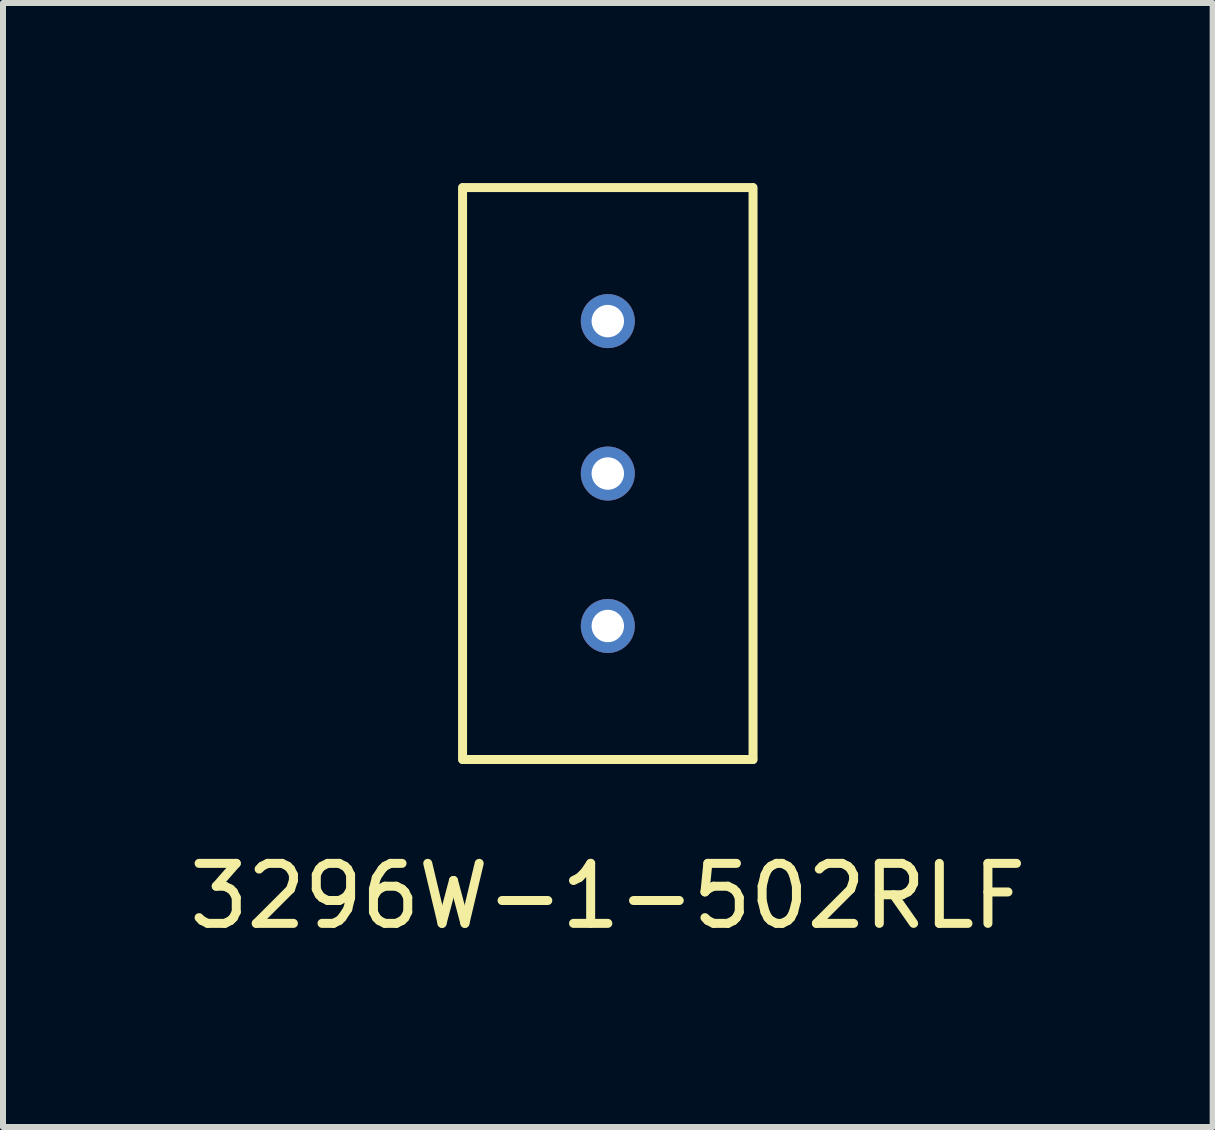
<source format=kicad_pcb>
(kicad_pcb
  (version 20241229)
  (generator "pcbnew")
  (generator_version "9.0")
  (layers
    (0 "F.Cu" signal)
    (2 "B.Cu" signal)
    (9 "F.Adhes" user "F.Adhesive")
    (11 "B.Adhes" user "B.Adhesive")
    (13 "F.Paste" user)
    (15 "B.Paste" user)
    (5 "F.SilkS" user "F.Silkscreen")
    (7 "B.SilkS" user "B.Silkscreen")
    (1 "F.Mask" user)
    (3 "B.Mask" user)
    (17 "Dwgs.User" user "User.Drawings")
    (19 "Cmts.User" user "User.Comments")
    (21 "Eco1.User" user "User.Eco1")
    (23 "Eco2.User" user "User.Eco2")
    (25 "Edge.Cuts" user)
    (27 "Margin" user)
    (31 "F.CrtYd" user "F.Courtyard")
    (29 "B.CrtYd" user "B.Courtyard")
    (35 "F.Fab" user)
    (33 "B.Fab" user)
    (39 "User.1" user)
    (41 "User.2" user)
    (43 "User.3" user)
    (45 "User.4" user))
  (footprint "3296W-1-502RLF"
    (layer "F.Cu")
    (at 7.077 7.38)
    (property "Reference" "3296W-1-502RLF" (at 0 4.5 0) (layer "F.SilkS") (effects (font (size 1 1) (thickness 0.15))))
    (attr through_hole)
    (fp_line (start -2.42 -7.305) (end -2.42 2.224) (stroke (width 0.15) (type solid)) (layer "F.SilkS"))
    (fp_line (start -2.415 2.225) (end 2.415 2.225) (stroke (width 0.15) (type solid)) (layer "F.SilkS"))
    (fp_line (start -2.41 -7.305) (end 2.41 -7.305) (stroke (width 0.15) (type solid)) (layer "F.SilkS"))
    (fp_line (start 2.42 -7.305) (end 2.42 2.225) (stroke (width 0.15) (type solid)) (layer "F.SilkS"))
    (pad "1" thru_hole circle (at 0 0) (size 0.9 0.9) (drill 0.54) (layers "*.Cu" "*.Mask"))
    (pad "2" thru_hole circle (at 0 -2.54) (size 0.9 0.9) (drill 0.54) (layers "*.Cu" "*.Mask"))
    (pad "3" thru_hole circle (at 0 -5.08) (size 0.9 0.9) (drill 0.54) (layers "*.Cu" "*.Mask")))
  (gr_rect
    (start -3 -3)
    (end 17.155 15.728)
    (stroke (width 0.1) (type default))
    (fill no)
    (layer "Edge.Cuts")))
</source>
